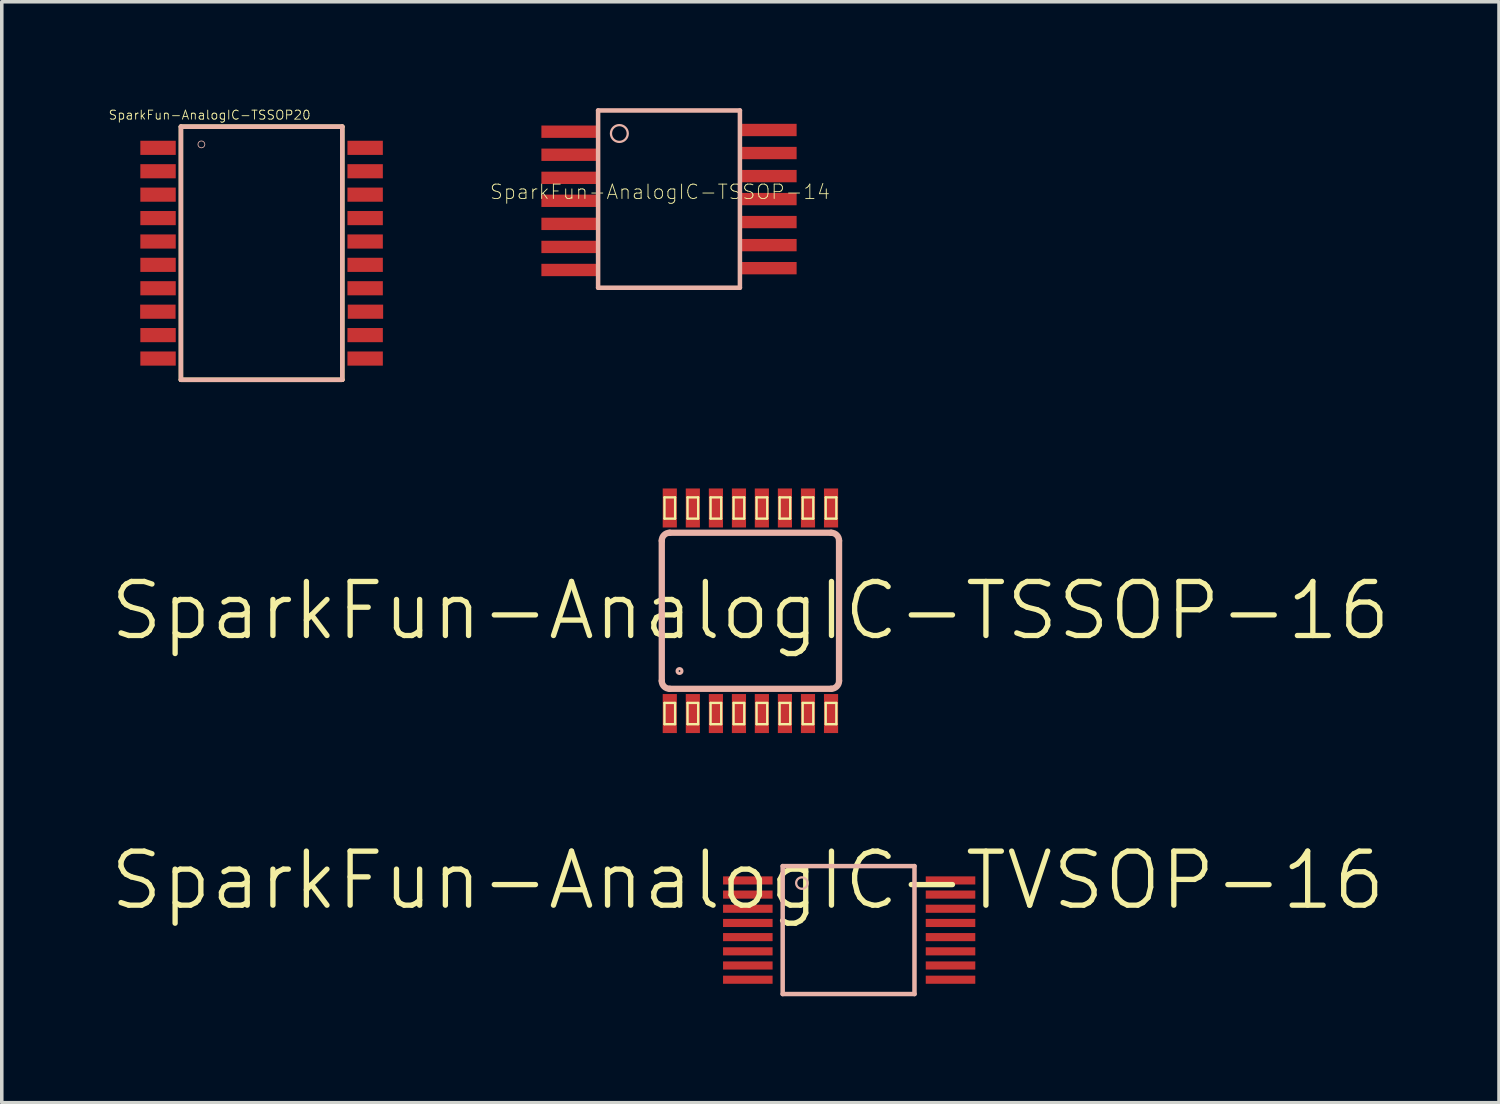
<source format=kicad_pcb>
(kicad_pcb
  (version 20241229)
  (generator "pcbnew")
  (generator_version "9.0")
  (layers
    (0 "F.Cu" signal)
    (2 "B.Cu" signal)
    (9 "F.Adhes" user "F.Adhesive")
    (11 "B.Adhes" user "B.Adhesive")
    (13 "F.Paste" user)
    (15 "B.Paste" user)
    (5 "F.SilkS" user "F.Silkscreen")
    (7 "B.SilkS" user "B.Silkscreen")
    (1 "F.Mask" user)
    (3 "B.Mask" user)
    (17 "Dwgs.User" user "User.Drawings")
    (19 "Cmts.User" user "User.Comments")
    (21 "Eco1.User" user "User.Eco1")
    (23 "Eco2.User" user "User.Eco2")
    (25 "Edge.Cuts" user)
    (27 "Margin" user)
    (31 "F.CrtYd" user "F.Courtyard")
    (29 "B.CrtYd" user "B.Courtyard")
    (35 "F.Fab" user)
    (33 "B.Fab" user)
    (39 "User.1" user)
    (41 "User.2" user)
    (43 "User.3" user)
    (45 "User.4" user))
  (footprint "SparkFun-AnalogIC-TVSOP-16"
    (layer "F.Cu")
    (at 18.034 21.773)
    (property "Reference" "SparkFun-AnalogIC-TVSOP-16" (at 0 0 0) (layer "F.SilkS") (effects (font (size 1.524 1.524) (thickness 0.15))))
    (attr smd)
    (fp_line (start 0.983 -0.404) (end 0.983 3.203) (stroke (width 0.127) (type solid)) (layer "B.SilkS"))
    (fp_line (start 0.983 3.203) (end 4.699 3.203) (stroke (width 0.127) (type solid)) (layer "B.SilkS"))
    (fp_line (start 4.699 -0.404) (end 0.983 -0.404) (stroke (width 0.127) (type solid)) (layer "B.SilkS"))
    (fp_line (start 4.699 3.203) (end 4.699 -0.404) (stroke (width 0.127) (type solid)) (layer "B.SilkS"))
    (fp_circle (center 1.524 0.074) (end 1.638 0.188) (stroke (width 0.064) (type solid)) (fill no) (layer "B.SilkS"))
    (pad "P$1" smd rect (at 0 0) (size 1.397 0.229) (layers "F.Cu" "F.Mask" "F.Paste"))
    (pad "P$2" smd rect (at 0 0.399) (size 1.397 0.229) (layers "F.Cu" "F.Mask" "F.Paste"))
    (pad "P$3" smd rect (at 0 0.798) (size 1.397 0.229) (layers "F.Cu" "F.Mask" "F.Paste"))
    (pad "P$4" smd rect (at 0 1.199) (size 1.397 0.229) (layers "F.Cu" "F.Mask" "F.Paste"))
    (pad "P$5" smd rect (at 0 1.598) (size 1.397 0.229) (layers "F.Cu" "F.Mask" "F.Paste"))
    (pad "P$6" smd rect (at 0 1.999) (size 1.397 0.229) (layers "F.Cu" "F.Mask" "F.Paste"))
    (pad "P$7" smd rect (at 0 2.398) (size 1.397 0.229) (layers "F.Cu" "F.Mask" "F.Paste"))
    (pad "P$8" smd rect (at 0 2.799) (size 1.397 0.229) (layers "F.Cu" "F.Mask" "F.Paste"))
    (pad "P$9" smd rect (at 5.715 2.799) (size 1.397 0.229) (layers "F.Cu" "F.Mask" "F.Paste"))
    (pad "P$10" smd rect (at 5.715 2.398) (size 1.397 0.229) (layers "F.Cu" "F.Mask" "F.Paste"))
    (pad "P$11" smd rect (at 5.715 1.999) (size 1.397 0.229) (layers "F.Cu" "F.Mask" "F.Paste"))
    (pad "P$12" smd rect (at 5.715 1.598) (size 1.397 0.229) (layers "F.Cu" "F.Mask" "F.Paste"))
    (pad "P$13" smd rect (at 5.715 1.199) (size 1.397 0.229) (layers "F.Cu" "F.Mask" "F.Paste"))
    (pad "P$14" smd rect (at 5.715 0.798) (size 1.397 0.229) (layers "F.Cu" "F.Mask" "F.Paste"))
    (pad "P$15" smd rect (at 5.715 0.399) (size 1.397 0.229) (layers "F.Cu" "F.Mask" "F.Paste"))
    (pad "P$16" smd rect (at 5.715 0) (size 1.397 0.229) (layers "F.Cu" "F.Mask" "F.Paste")))
  (footprint "SparkFun-AnalogIC-TSSOP20"
    (layer "F.Cu")
    (at 4.342 3.81)
    (property "Reference" "SparkFun-AnalogIC-TSSOP20" (at -1.481 -3.617 0) (layer "F.SilkS") (effects (font (size 0.254 0.254) (thickness 0.025))))
    (attr smd)
    (fp_line (start -2.291 -3.289) (end -2.291 3.848) (stroke (width 0.127) (type solid)) (layer "F.SilkS"))
    (fp_line (start -2.291 3.848) (end 2.258 3.848) (stroke (width 0.127) (type solid)) (layer "F.SilkS"))
    (fp_line (start 2.258 -3.289) (end -2.291 -3.289) (stroke (width 0.127) (type solid)) (layer "F.SilkS"))
    (fp_line (start 2.258 3.848) (end 2.258 -3.289) (stroke (width 0.127) (type solid)) (layer "F.SilkS"))
    (fp_line (start -2.291 -3.289) (end 2.258 -3.289) (stroke (width 0.127) (type solid)) (layer "B.SilkS"))
    (fp_line (start -2.291 3.848) (end -2.291 -3.289) (stroke (width 0.127) (type solid)) (layer "B.SilkS"))
    (fp_line (start 2.258 -3.289) (end 2.258 3.848) (stroke (width 0.127) (type solid)) (layer "B.SilkS"))
    (fp_line (start 2.258 3.848) (end -2.291 3.848) (stroke (width 0.127) (type solid)) (layer "B.SilkS"))
    (fp_circle (center -1.714 -2.789) (end -1.783 -2.857) (stroke (width 0.023) (type solid)) (fill no) (layer "B.SilkS"))
    (pad "1" smd rect (at -2.936 -2.692) (size 0.998 0.399) (layers "F.Cu" "F.Mask" "F.Paste"))
    (pad "2" smd rect (at -2.936 -2.032) (size 0.998 0.399) (layers "F.Cu" "F.Mask" "F.Paste"))
    (pad "3" smd rect (at -2.936 -1.372) (size 0.998 0.399) (layers "F.Cu" "F.Mask" "F.Paste"))
    (pad "4" smd rect (at -2.936 -0.711) (size 0.998 0.399) (layers "F.Cu" "F.Mask" "F.Paste"))
    (pad "5" smd rect (at -2.936 -0.051) (size 0.998 0.399) (layers "F.Cu" "F.Mask" "F.Paste"))
    (pad "6" smd rect (at -2.936 0.607) (size 0.998 0.399) (layers "F.Cu" "F.Mask" "F.Paste"))
    (pad "7" smd rect (at -2.936 1.267) (size 0.998 0.399) (layers "F.Cu" "F.Mask" "F.Paste"))
    (pad "8" smd rect (at -2.941 1.928) (size 0.998 0.399) (layers "F.Cu" "F.Mask" "F.Paste"))
    (pad "9" smd rect (at -2.936 2.588) (size 0.998 0.399) (layers "F.Cu" "F.Mask" "F.Paste"))
    (pad "10" smd rect (at -2.936 3.249) (size 0.998 0.399) (layers "F.Cu" "F.Mask" "F.Paste"))
    (pad "11" smd rect (at 2.903 3.249) (size 0.998 0.399) (layers "F.Cu" "F.Mask" "F.Paste"))
    (pad "12" smd rect (at 2.903 2.588) (size 0.998 0.399) (layers "F.Cu" "F.Mask" "F.Paste"))
    (pad "13" smd rect (at 2.911 1.928) (size 0.998 0.399) (layers "F.Cu" "F.Mask" "F.Paste"))
    (pad "14" smd rect (at 2.903 1.267) (size 0.998 0.399) (layers "F.Cu" "F.Mask" "F.Paste"))
    (pad "15" smd rect (at 2.903 0.607) (size 0.998 0.399) (layers "F.Cu" "F.Mask" "F.Paste"))
    (pad "16" smd rect (at 2.903 -0.051) (size 0.998 0.399) (layers "F.Cu" "F.Mask" "F.Paste"))
    (pad "17" smd rect (at 2.903 -0.711) (size 0.998 0.399) (layers "F.Cu" "F.Mask" "F.Paste"))
    (pad "18" smd rect (at 2.903 -1.372) (size 0.998 0.399) (layers "F.Cu" "F.Mask" "F.Paste"))
    (pad "19" smd rect (at 2.903 -2.032) (size 0.998 0.399) (layers "F.Cu" "F.Mask" "F.Paste"))
    (pad "20" smd rect (at 2.903 -2.692) (size 0.998 0.399) (layers "F.Cu" "F.Mask" "F.Paste")))
  (footprint "SparkFun-AnalogIC-TSSOP-16"
    (layer "F.Cu")
    (at 18.107 14.17)
    (property "Reference" "SparkFun-AnalogIC-TSSOP-16" (at 0 0 0) (layer "F.SilkS") (effects (font (size 1.524 1.524) (thickness 0.15))))
    (attr smd)
    (fp_line (start -2.423 -3.198) (end -2.123 -3.198) (stroke (width 0.066) (type solid)) (layer "F.SilkS"))
    (fp_line (start -2.423 -2.598) (end -2.423 -3.198) (stroke (width 0.066) (type solid)) (layer "F.SilkS"))
    (fp_line (start -2.423 -2.598) (end -2.123 -2.598) (stroke (width 0.066) (type solid)) (layer "F.SilkS"))
    (fp_line (start -2.423 2.598) (end -2.123 2.598) (stroke (width 0.066) (type solid)) (layer "F.SilkS"))
    (fp_line (start -2.423 3.198) (end -2.423 2.598) (stroke (width 0.066) (type solid)) (layer "F.SilkS"))
    (fp_line (start -2.423 3.198) (end -2.123 3.198) (stroke (width 0.066) (type solid)) (layer "F.SilkS"))
    (fp_line (start -2.123 -2.598) (end -2.123 -3.198) (stroke (width 0.066) (type solid)) (layer "F.SilkS"))
    (fp_line (start -2.123 3.198) (end -2.123 2.598) (stroke (width 0.066) (type solid)) (layer "F.SilkS"))
    (fp_line (start -1.773 -3.198) (end -1.473 -3.198) (stroke (width 0.066) (type solid)) (layer "F.SilkS"))
    (fp_line (start -1.773 -2.598) (end -1.773 -3.198) (stroke (width 0.066) (type solid)) (layer "F.SilkS"))
    (fp_line (start -1.773 -2.598) (end -1.473 -2.598) (stroke (width 0.066) (type solid)) (layer "F.SilkS"))
    (fp_line (start -1.773 2.598) (end -1.473 2.598) (stroke (width 0.066) (type solid)) (layer "F.SilkS"))
    (fp_line (start -1.773 3.198) (end -1.773 2.598) (stroke (width 0.066) (type solid)) (layer "F.SilkS"))
    (fp_line (start -1.773 3.198) (end -1.473 3.198) (stroke (width 0.066) (type solid)) (layer "F.SilkS"))
    (fp_line (start -1.473 -2.598) (end -1.473 -3.198) (stroke (width 0.066) (type solid)) (layer "F.SilkS"))
    (fp_line (start -1.473 3.198) (end -1.473 2.598) (stroke (width 0.066) (type solid)) (layer "F.SilkS"))
    (fp_line (start -1.123 -3.198) (end -0.823 -3.198) (stroke (width 0.066) (type solid)) (layer "F.SilkS"))
    (fp_line (start -1.123 -2.598) (end -1.123 -3.198) (stroke (width 0.066) (type solid)) (layer "F.SilkS"))
    (fp_line (start -1.123 -2.598) (end -0.823 -2.598) (stroke (width 0.066) (type solid)) (layer "F.SilkS"))
    (fp_line (start -1.123 2.598) (end -0.823 2.598) (stroke (width 0.066) (type solid)) (layer "F.SilkS"))
    (fp_line (start -1.123 3.198) (end -1.123 2.598) (stroke (width 0.066) (type solid)) (layer "F.SilkS"))
    (fp_line (start -1.123 3.198) (end -0.823 3.198) (stroke (width 0.066) (type solid)) (layer "F.SilkS"))
    (fp_line (start -0.823 -2.598) (end -0.823 -3.198) (stroke (width 0.066) (type solid)) (layer "F.SilkS"))
    (fp_line (start -0.823 3.198) (end -0.823 2.598) (stroke (width 0.066) (type solid)) (layer "F.SilkS"))
    (fp_line (start -0.475 -3.198) (end -0.173 -3.198) (stroke (width 0.066) (type solid)) (layer "F.SilkS"))
    (fp_line (start -0.475 -2.598) (end -0.475 -3.198) (stroke (width 0.066) (type solid)) (layer "F.SilkS"))
    (fp_line (start -0.475 -2.598) (end -0.173 -2.598) (stroke (width 0.066) (type solid)) (layer "F.SilkS"))
    (fp_line (start -0.475 2.598) (end -0.173 2.598) (stroke (width 0.066) (type solid)) (layer "F.SilkS"))
    (fp_line (start -0.475 3.198) (end -0.475 2.598) (stroke (width 0.066) (type solid)) (layer "F.SilkS"))
    (fp_line (start -0.475 3.198) (end -0.173 3.198) (stroke (width 0.066) (type solid)) (layer "F.SilkS"))
    (fp_line (start -0.173 -2.598) (end -0.173 -3.198) (stroke (width 0.066) (type solid)) (layer "F.SilkS"))
    (fp_line (start -0.173 3.198) (end -0.173 2.598) (stroke (width 0.066) (type solid)) (layer "F.SilkS"))
    (fp_line (start 0.173 -3.198) (end 0.475 -3.198) (stroke (width 0.066) (type solid)) (layer "F.SilkS"))
    (fp_line (start 0.173 -2.598) (end 0.173 -3.198) (stroke (width 0.066) (type solid)) (layer "F.SilkS"))
    (fp_line (start 0.173 -2.598) (end 0.475 -2.598) (stroke (width 0.066) (type solid)) (layer "F.SilkS"))
    (fp_line (start 0.173 2.598) (end 0.475 2.598) (stroke (width 0.066) (type solid)) (layer "F.SilkS"))
    (fp_line (start 0.173 3.198) (end 0.173 2.598) (stroke (width 0.066) (type solid)) (layer "F.SilkS"))
    (fp_line (start 0.173 3.198) (end 0.475 3.198) (stroke (width 0.066) (type solid)) (layer "F.SilkS"))
    (fp_line (start 0.475 -2.598) (end 0.475 -3.198) (stroke (width 0.066) (type solid)) (layer "F.SilkS"))
    (fp_line (start 0.475 3.198) (end 0.475 2.598) (stroke (width 0.066) (type solid)) (layer "F.SilkS"))
    (fp_line (start 0.823 -3.198) (end 1.123 -3.198) (stroke (width 0.066) (type solid)) (layer "F.SilkS"))
    (fp_line (start 0.823 -2.598) (end 0.823 -3.198) (stroke (width 0.066) (type solid)) (layer "F.SilkS"))
    (fp_line (start 0.823 -2.598) (end 1.123 -2.598) (stroke (width 0.066) (type solid)) (layer "F.SilkS"))
    (fp_line (start 0.823 2.598) (end 1.123 2.598) (stroke (width 0.066) (type solid)) (layer "F.SilkS"))
    (fp_line (start 0.823 3.198) (end 0.823 2.598) (stroke (width 0.066) (type solid)) (layer "F.SilkS"))
    (fp_line (start 0.823 3.198) (end 1.123 3.198) (stroke (width 0.066) (type solid)) (layer "F.SilkS"))
    (fp_line (start 1.123 -2.598) (end 1.123 -3.198) (stroke (width 0.066) (type solid)) (layer "F.SilkS"))
    (fp_line (start 1.123 3.198) (end 1.123 2.598) (stroke (width 0.066) (type solid)) (layer "F.SilkS"))
    (fp_line (start 1.473 -3.198) (end 1.773 -3.198) (stroke (width 0.066) (type solid)) (layer "F.SilkS"))
    (fp_line (start 1.473 -2.598) (end 1.473 -3.198) (stroke (width 0.066) (type solid)) (layer "F.SilkS"))
    (fp_line (start 1.473 -2.598) (end 1.773 -2.598) (stroke (width 0.066) (type solid)) (layer "F.SilkS"))
    (fp_line (start 1.473 2.598) (end 1.773 2.598) (stroke (width 0.066) (type solid)) (layer "F.SilkS"))
    (fp_line (start 1.473 3.198) (end 1.473 2.598) (stroke (width 0.066) (type solid)) (layer "F.SilkS"))
    (fp_line (start 1.473 3.198) (end 1.773 3.198) (stroke (width 0.066) (type solid)) (layer "F.SilkS"))
    (fp_line (start 1.773 -2.598) (end 1.773 -3.198) (stroke (width 0.066) (type solid)) (layer "F.SilkS"))
    (fp_line (start 1.773 3.198) (end 1.773 2.598) (stroke (width 0.066) (type solid)) (layer "F.SilkS"))
    (fp_line (start 2.123 -3.198) (end 2.423 -3.198) (stroke (width 0.066) (type solid)) (layer "F.SilkS"))
    (fp_line (start 2.123 -2.598) (end 2.123 -3.198) (stroke (width 0.066) (type solid)) (layer "F.SilkS"))
    (fp_line (start 2.123 -2.598) (end 2.423 -2.598) (stroke (width 0.066) (type solid)) (layer "F.SilkS"))
    (fp_line (start 2.123 2.598) (end 2.423 2.598) (stroke (width 0.066) (type solid)) (layer "F.SilkS"))
    (fp_line (start 2.123 3.198) (end 2.123 2.598) (stroke (width 0.066) (type solid)) (layer "F.SilkS"))
    (fp_line (start 2.123 3.198) (end 2.423 3.198) (stroke (width 0.066) (type solid)) (layer "F.SilkS"))
    (fp_line (start 2.423 -2.598) (end 2.423 -3.198) (stroke (width 0.066) (type solid)) (layer "F.SilkS"))
    (fp_line (start 2.423 3.198) (end 2.423 2.598) (stroke (width 0.066) (type solid)) (layer "F.SilkS"))
    (fp_line (start -2.499 1.976) (end -2.499 -1.976) (stroke (width 0.178) (type solid)) (layer "B.SilkS"))
    (fp_line (start -2.276 -2.2) (end 2.276 -2.2) (stroke (width 0.178) (type solid)) (layer "B.SilkS"))
    (fp_line (start 2.276 2.2) (end -2.276 2.2) (stroke (width 0.178) (type solid)) (layer "B.SilkS"))
    (fp_line (start 2.499 -1.976) (end 2.499 1.976) (stroke (width 0.178) (type solid)) (layer "B.SilkS"))
    (fp_arc (start -2.49936 -1.97612) (mid -2.433893 -2.134173) (end -2.27584 -2.19964) (stroke (width 0.1778) (type solid)) (layer "B.SilkS"))
    (fp_arc (start -2.27584 2.19964) (mid -2.433893 2.134173) (end -2.49936 1.97612) (stroke (width 0.1778) (type solid)) (layer "B.SilkS"))
    (fp_arc (start 2.27584 -2.19964) (mid 2.433893 -2.134173) (end 2.49936 -1.97612) (stroke (width 0.1778) (type solid)) (layer "B.SilkS"))
    (fp_arc (start 2.49936 1.97612) (mid 2.433893 2.134173) (end 2.27584 2.19964) (stroke (width 0.1778) (type solid)) (layer "B.SilkS"))
    (fp_circle (center -1.999 1.699) (end -2.047 1.748) (stroke (width 0.089) (type solid)) (fill no) (layer "B.SilkS"))
    (pad "1" smd rect (at -2.273 2.898) (size 0.399 1.1) (layers "F.Cu" "F.Mask" "F.Paste"))
    (pad "2" smd rect (at -1.623 2.898) (size 0.399 1.1) (layers "F.Cu" "F.Mask" "F.Paste"))
    (pad "3" smd rect (at -0.973 2.898) (size 0.399 1.1) (layers "F.Cu" "F.Mask" "F.Paste"))
    (pad "4" smd rect (at -0.323 2.898) (size 0.399 1.1) (layers "F.Cu" "F.Mask" "F.Paste"))
    (pad "5" smd rect (at 0.323 2.898) (size 0.399 1.1) (layers "F.Cu" "F.Mask" "F.Paste"))
    (pad "6" smd rect (at 0.973 2.898) (size 0.399 1.1) (layers "F.Cu" "F.Mask" "F.Paste"))
    (pad "7" smd rect (at 1.623 2.898) (size 0.399 1.1) (layers "F.Cu" "F.Mask" "F.Paste"))
    (pad "8" smd rect (at 2.273 2.898) (size 0.399 1.1) (layers "F.Cu" "F.Mask" "F.Paste"))
    (pad "9" smd rect (at 2.273 -2.898 180) (size 0.399 1.1) (layers "F.Cu" "F.Mask" "F.Paste"))
    (pad "10" smd rect (at 1.623 -2.898 180) (size 0.399 1.1) (layers "F.Cu" "F.Mask" "F.Paste"))
    (pad "11" smd rect (at 0.973 -2.898 180) (size 0.399 1.1) (layers "F.Cu" "F.Mask" "F.Paste"))
    (pad "12" smd rect (at 0.323 -2.898 180) (size 0.399 1.1) (layers "F.Cu" "F.Mask" "F.Paste"))
    (pad "13" smd rect (at -0.323 -2.898 180) (size 0.399 1.1) (layers "F.Cu" "F.Mask" "F.Paste"))
    (pad "14" smd rect (at -0.973 -2.898 180) (size 0.399 1.1) (layers "F.Cu" "F.Mask" "F.Paste"))
    (pad "15" smd rect (at -1.623 -2.898 180) (size 0.399 1.1) (layers "F.Cu" "F.Mask" "F.Paste"))
    (pad "16" smd rect (at -2.273 -2.898 180) (size 0.399 1.1) (layers "F.Cu" "F.Mask" "F.Paste")))
  (footprint "SparkFun-AnalogIC-TSSOP-14"
    (layer "F.Cu")
    (at 15.812 2.563)
    (property "Reference" "SparkFun-AnalogIC-TSSOP-14" (at -0.254 -0.203 0) (layer "F.SilkS") (effects (font (size 0.406 0.406) (thickness 0.025))))
    (attr smd)
    (fp_line (start -1.999 -2.499) (end -1.999 2.499) (stroke (width 0.127) (type solid)) (layer "B.SilkS"))
    (fp_line (start -1.999 2.499) (end 1.999 2.499) (stroke (width 0.127) (type solid)) (layer "B.SilkS"))
    (fp_line (start 1.999 -2.499) (end -1.999 -2.499) (stroke (width 0.127) (type solid)) (layer "B.SilkS"))
    (fp_line (start 1.999 2.499) (end 1.999 -2.499) (stroke (width 0.127) (type solid)) (layer "B.SilkS"))
    (fp_circle (center -1.4 -1.849) (end -1.567 -2.017) (stroke (width 0.064) (type solid)) (fill no) (layer "B.SilkS"))
    (pad "1" smd rect (at -2.799 -1.9) (size 1.598 0.348) (layers "F.Cu" "F.Mask" "F.Paste"))
    (pad "2" smd rect (at -2.799 -1.25) (size 1.598 0.348) (layers "F.Cu" "F.Mask" "F.Paste"))
    (pad "3" smd rect (at -2.799 -0.599) (size 1.598 0.348) (layers "F.Cu" "F.Mask" "F.Paste"))
    (pad "4" smd rect (at -2.799 0.048) (size 1.598 0.348) (layers "F.Cu" "F.Mask" "F.Paste"))
    (pad "5" smd rect (at -2.799 0.699) (size 1.598 0.348) (layers "F.Cu" "F.Mask" "F.Paste"))
    (pad "6" smd rect (at -2.799 1.349) (size 1.598 0.348) (layers "F.Cu" "F.Mask" "F.Paste"))
    (pad "7" smd rect (at -2.799 1.999) (size 1.598 0.348) (layers "F.Cu" "F.Mask" "F.Paste"))
    (pad "8" smd rect (at 2.799 1.948) (size 1.598 0.348) (layers "F.Cu" "F.Mask" "F.Paste"))
    (pad "9" smd rect (at 2.799 1.298) (size 1.598 0.348) (layers "F.Cu" "F.Mask" "F.Paste"))
    (pad "10" smd rect (at 2.799 0.648) (size 1.598 0.348) (layers "F.Cu" "F.Mask" "F.Paste"))
    (pad "11" smd rect (at 2.799 0) (size 1.598 0.348) (layers "F.Cu" "F.Mask" "F.Paste"))
    (pad "12" smd rect (at 2.799 -0.648) (size 1.598 0.348) (layers "F.Cu" "F.Mask" "F.Paste"))
    (pad "13" smd rect (at 2.799 -1.298) (size 1.598 0.348) (layers "F.Cu" "F.Mask" "F.Paste"))
    (pad "14" smd rect (at 2.799 -1.948) (size 1.598 0.348) (layers "F.Cu" "F.Mask" "F.Paste")))
  (gr_rect
    (start -3 -3)
    (end 39.213 28.039)
    (stroke (width 0.1) (type default))
    (fill no)
    (layer "Edge.Cuts")))
</source>
